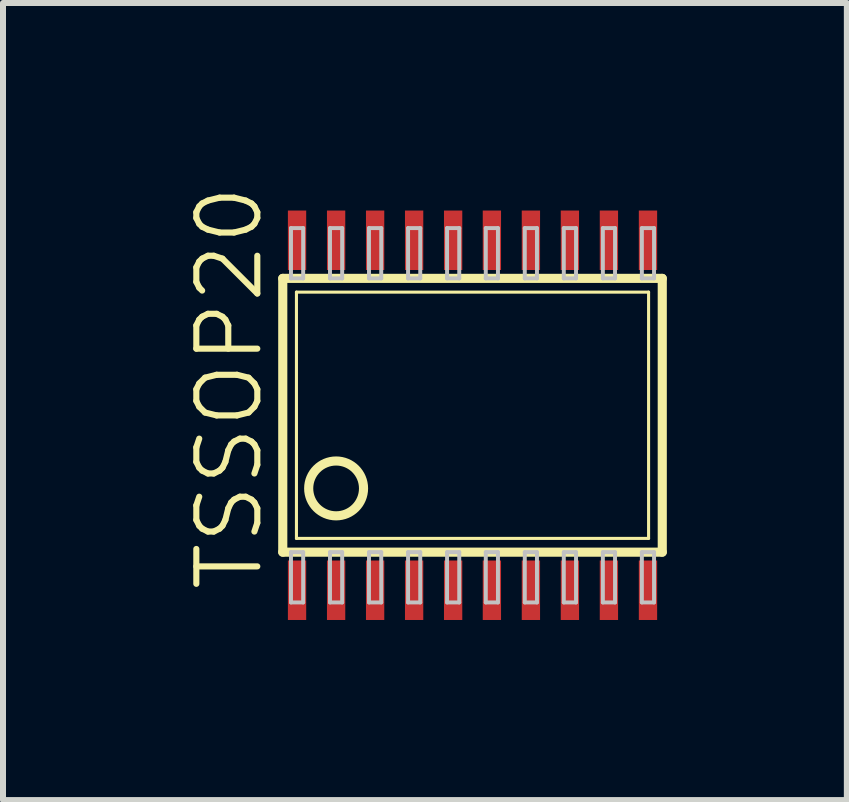
<source format=kicad_pcb>
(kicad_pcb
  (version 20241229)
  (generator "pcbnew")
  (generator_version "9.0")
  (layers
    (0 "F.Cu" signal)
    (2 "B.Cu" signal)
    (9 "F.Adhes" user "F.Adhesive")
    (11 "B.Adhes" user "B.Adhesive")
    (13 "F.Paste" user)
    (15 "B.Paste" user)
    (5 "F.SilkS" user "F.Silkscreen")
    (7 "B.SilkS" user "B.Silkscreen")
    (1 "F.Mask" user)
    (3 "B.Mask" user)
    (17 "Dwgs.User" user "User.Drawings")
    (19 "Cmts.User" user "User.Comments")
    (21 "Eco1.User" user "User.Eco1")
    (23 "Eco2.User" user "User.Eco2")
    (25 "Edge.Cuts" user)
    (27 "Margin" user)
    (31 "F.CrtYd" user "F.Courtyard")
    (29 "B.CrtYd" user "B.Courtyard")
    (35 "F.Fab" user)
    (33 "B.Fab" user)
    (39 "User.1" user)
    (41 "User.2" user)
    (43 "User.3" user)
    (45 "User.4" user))
  (footprint "TSSOP20"
    (layer "F.Cu")
    (at 4.824 3.87)
    (property "Reference" "TSSOP20" (at -4.051 -0.457 90) (layer "F.SilkS") (effects (font (size 1.016 1.016) (thickness 0.102))))
    (attr smd)
    (fp_line (start -3.162 2.281) (end -3.162 -2.281) (stroke (width 0.152) (type solid)) (layer "F.SilkS"))
    (fp_line (start -3.162 2.281) (end 3.162 2.281) (stroke (width 0.152) (type solid)) (layer "F.SilkS"))
    (fp_line (start -2.934 2.052) (end -2.934 -2.052) (stroke (width 0.051) (type solid)) (layer "F.SilkS"))
    (fp_line (start -2.934 2.052) (end 2.934 2.052) (stroke (width 0.051) (type solid)) (layer "F.SilkS"))
    (fp_line (start 2.934 -2.052) (end -2.934 -2.052) (stroke (width 0.051) (type solid)) (layer "F.SilkS"))
    (fp_line (start 2.934 -2.052) (end 2.934 2.052) (stroke (width 0.051) (type solid)) (layer "F.SilkS"))
    (fp_line (start 3.162 -2.281) (end -3.162 -2.281) (stroke (width 0.152) (type solid)) (layer "F.SilkS"))
    (fp_line (start 3.162 -2.281) (end 3.162 2.281) (stroke (width 0.152) (type solid)) (layer "F.SilkS"))
    (fp_circle (center -2.273 1.219) (end -2.273 0.762) (stroke (width 0.152) (type solid)) (fill no) (layer "F.SilkS"))
    (fp_line (start -3.025 -3.119) (end -2.822 -3.119) (stroke (width 0.066) (type solid)) (layer "Dwgs.User"))
    (fp_line (start -3.025 -2.281) (end -3.025 -3.119) (stroke (width 0.066) (type solid)) (layer "Dwgs.User"))
    (fp_line (start -3.025 -2.281) (end -2.822 -2.281) (stroke (width 0.066) (type solid)) (layer "Dwgs.User"))
    (fp_line (start -3.025 2.281) (end -2.822 2.281) (stroke (width 0.066) (type solid)) (layer "Dwgs.User"))
    (fp_line (start -3.025 3.119) (end -3.025 2.281) (stroke (width 0.066) (type solid)) (layer "Dwgs.User"))
    (fp_line (start -3.025 3.119) (end -2.822 3.119) (stroke (width 0.066) (type solid)) (layer "Dwgs.User"))
    (fp_line (start -2.822 -2.281) (end -2.822 -3.119) (stroke (width 0.066) (type solid)) (layer "Dwgs.User"))
    (fp_line (start -2.822 3.119) (end -2.822 2.281) (stroke (width 0.066) (type solid)) (layer "Dwgs.User"))
    (fp_line (start -2.375 -3.119) (end -2.172 -3.119) (stroke (width 0.066) (type solid)) (layer "Dwgs.User"))
    (fp_line (start -2.375 -2.281) (end -2.375 -3.119) (stroke (width 0.066) (type solid)) (layer "Dwgs.User"))
    (fp_line (start -2.375 -2.281) (end -2.172 -2.281) (stroke (width 0.066) (type solid)) (layer "Dwgs.User"))
    (fp_line (start -2.375 2.281) (end -2.172 2.281) (stroke (width 0.066) (type solid)) (layer "Dwgs.User"))
    (fp_line (start -2.375 3.119) (end -2.375 2.281) (stroke (width 0.066) (type solid)) (layer "Dwgs.User"))
    (fp_line (start -2.375 3.119) (end -2.172 3.119) (stroke (width 0.066) (type solid)) (layer "Dwgs.User"))
    (fp_line (start -2.172 -2.281) (end -2.172 -3.119) (stroke (width 0.066) (type solid)) (layer "Dwgs.User"))
    (fp_line (start -2.172 3.119) (end -2.172 2.281) (stroke (width 0.066) (type solid)) (layer "Dwgs.User"))
    (fp_line (start -1.725 -3.119) (end -1.521 -3.119) (stroke (width 0.066) (type solid)) (layer "Dwgs.User"))
    (fp_line (start -1.725 -2.281) (end -1.725 -3.119) (stroke (width 0.066) (type solid)) (layer "Dwgs.User"))
    (fp_line (start -1.725 -2.281) (end -1.521 -2.281) (stroke (width 0.066) (type solid)) (layer "Dwgs.User"))
    (fp_line (start -1.725 2.281) (end -1.521 2.281) (stroke (width 0.066) (type solid)) (layer "Dwgs.User"))
    (fp_line (start -1.725 3.119) (end -1.725 2.281) (stroke (width 0.066) (type solid)) (layer "Dwgs.User"))
    (fp_line (start -1.725 3.119) (end -1.521 3.119) (stroke (width 0.066) (type solid)) (layer "Dwgs.User"))
    (fp_line (start -1.521 -2.281) (end -1.521 -3.119) (stroke (width 0.066) (type solid)) (layer "Dwgs.User"))
    (fp_line (start -1.521 3.119) (end -1.521 2.281) (stroke (width 0.066) (type solid)) (layer "Dwgs.User"))
    (fp_line (start -1.074 -3.119) (end -0.871 -3.119) (stroke (width 0.066) (type solid)) (layer "Dwgs.User"))
    (fp_line (start -1.074 -2.281) (end -1.074 -3.119) (stroke (width 0.066) (type solid)) (layer "Dwgs.User"))
    (fp_line (start -1.074 -2.281) (end -0.871 -2.281) (stroke (width 0.066) (type solid)) (layer "Dwgs.User"))
    (fp_line (start -1.074 2.281) (end -0.871 2.281) (stroke (width 0.066) (type solid)) (layer "Dwgs.User"))
    (fp_line (start -1.074 3.119) (end -1.074 2.281) (stroke (width 0.066) (type solid)) (layer "Dwgs.User"))
    (fp_line (start -1.074 3.119) (end -0.871 3.119) (stroke (width 0.066) (type solid)) (layer "Dwgs.User"))
    (fp_line (start -0.871 -2.281) (end -0.871 -3.119) (stroke (width 0.066) (type solid)) (layer "Dwgs.User"))
    (fp_line (start -0.871 3.119) (end -0.871 2.281) (stroke (width 0.066) (type solid)) (layer "Dwgs.User"))
    (fp_line (start -0.424 -3.119) (end -0.221 -3.119) (stroke (width 0.066) (type solid)) (layer "Dwgs.User"))
    (fp_line (start -0.424 -2.281) (end -0.424 -3.119) (stroke (width 0.066) (type solid)) (layer "Dwgs.User"))
    (fp_line (start -0.424 -2.281) (end -0.221 -2.281) (stroke (width 0.066) (type solid)) (layer "Dwgs.User"))
    (fp_line (start -0.424 2.281) (end -0.221 2.281) (stroke (width 0.066) (type solid)) (layer "Dwgs.User"))
    (fp_line (start -0.424 3.119) (end -0.424 2.281) (stroke (width 0.066) (type solid)) (layer "Dwgs.User"))
    (fp_line (start -0.424 3.119) (end -0.221 3.119) (stroke (width 0.066) (type solid)) (layer "Dwgs.User"))
    (fp_line (start -0.221 -2.281) (end -0.221 -3.119) (stroke (width 0.066) (type solid)) (layer "Dwgs.User"))
    (fp_line (start -0.221 3.119) (end -0.221 2.281) (stroke (width 0.066) (type solid)) (layer "Dwgs.User"))
    (fp_line (start 0.221 -3.119) (end 0.424 -3.119) (stroke (width 0.066) (type solid)) (layer "Dwgs.User"))
    (fp_line (start 0.221 -2.281) (end 0.221 -3.119) (stroke (width 0.066) (type solid)) (layer "Dwgs.User"))
    (fp_line (start 0.221 -2.281) (end 0.424 -2.281) (stroke (width 0.066) (type solid)) (layer "Dwgs.User"))
    (fp_line (start 0.221 2.281) (end 0.424 2.281) (stroke (width 0.066) (type solid)) (layer "Dwgs.User"))
    (fp_line (start 0.221 3.119) (end 0.221 2.281) (stroke (width 0.066) (type solid)) (layer "Dwgs.User"))
    (fp_line (start 0.221 3.119) (end 0.424 3.119) (stroke (width 0.066) (type solid)) (layer "Dwgs.User"))
    (fp_line (start 0.424 -2.281) (end 0.424 -3.119) (stroke (width 0.066) (type solid)) (layer "Dwgs.User"))
    (fp_line (start 0.424 3.119) (end 0.424 2.281) (stroke (width 0.066) (type solid)) (layer "Dwgs.User"))
    (fp_line (start 0.871 -3.119) (end 1.074 -3.119) (stroke (width 0.066) (type solid)) (layer "Dwgs.User"))
    (fp_line (start 0.871 -2.281) (end 0.871 -3.119) (stroke (width 0.066) (type solid)) (layer "Dwgs.User"))
    (fp_line (start 0.871 -2.281) (end 1.074 -2.281) (stroke (width 0.066) (type solid)) (layer "Dwgs.User"))
    (fp_line (start 0.871 2.281) (end 1.074 2.281) (stroke (width 0.066) (type solid)) (layer "Dwgs.User"))
    (fp_line (start 0.871 3.119) (end 0.871 2.281) (stroke (width 0.066) (type solid)) (layer "Dwgs.User"))
    (fp_line (start 0.871 3.119) (end 1.074 3.119) (stroke (width 0.066) (type solid)) (layer "Dwgs.User"))
    (fp_line (start 1.074 -2.281) (end 1.074 -3.119) (stroke (width 0.066) (type solid)) (layer "Dwgs.User"))
    (fp_line (start 1.074 3.119) (end 1.074 2.281) (stroke (width 0.066) (type solid)) (layer "Dwgs.User"))
    (fp_line (start 1.521 -3.119) (end 1.725 -3.119) (stroke (width 0.066) (type solid)) (layer "Dwgs.User"))
    (fp_line (start 1.521 -2.281) (end 1.521 -3.119) (stroke (width 0.066) (type solid)) (layer "Dwgs.User"))
    (fp_line (start 1.521 -2.281) (end 1.725 -2.281) (stroke (width 0.066) (type solid)) (layer "Dwgs.User"))
    (fp_line (start 1.521 2.281) (end 1.725 2.281) (stroke (width 0.066) (type solid)) (layer "Dwgs.User"))
    (fp_line (start 1.521 3.119) (end 1.521 2.281) (stroke (width 0.066) (type solid)) (layer "Dwgs.User"))
    (fp_line (start 1.521 3.119) (end 1.725 3.119) (stroke (width 0.066) (type solid)) (layer "Dwgs.User"))
    (fp_line (start 1.725 -2.281) (end 1.725 -3.119) (stroke (width 0.066) (type solid)) (layer "Dwgs.User"))
    (fp_line (start 1.725 3.119) (end 1.725 2.281) (stroke (width 0.066) (type solid)) (layer "Dwgs.User"))
    (fp_line (start 2.172 -3.119) (end 2.375 -3.119) (stroke (width 0.066) (type solid)) (layer "Dwgs.User"))
    (fp_line (start 2.172 -2.281) (end 2.172 -3.119) (stroke (width 0.066) (type solid)) (layer "Dwgs.User"))
    (fp_line (start 2.172 -2.281) (end 2.375 -2.281) (stroke (width 0.066) (type solid)) (layer "Dwgs.User"))
    (fp_line (start 2.172 2.281) (end 2.375 2.281) (stroke (width 0.066) (type solid)) (layer "Dwgs.User"))
    (fp_line (start 2.172 3.119) (end 2.172 2.281) (stroke (width 0.066) (type solid)) (layer "Dwgs.User"))
    (fp_line (start 2.172 3.119) (end 2.375 3.119) (stroke (width 0.066) (type solid)) (layer "Dwgs.User"))
    (fp_line (start 2.375 -2.281) (end 2.375 -3.119) (stroke (width 0.066) (type solid)) (layer "Dwgs.User"))
    (fp_line (start 2.375 3.119) (end 2.375 2.281) (stroke (width 0.066) (type solid)) (layer "Dwgs.User"))
    (fp_line (start 2.822 -3.119) (end 3.025 -3.119) (stroke (width 0.066) (type solid)) (layer "Dwgs.User"))
    (fp_line (start 2.822 -2.281) (end 2.822 -3.119) (stroke (width 0.066) (type solid)) (layer "Dwgs.User"))
    (fp_line (start 2.822 -2.281) (end 3.025 -2.281) (stroke (width 0.066) (type solid)) (layer "Dwgs.User"))
    (fp_line (start 2.822 2.281) (end 3.025 2.281) (stroke (width 0.066) (type solid)) (layer "Dwgs.User"))
    (fp_line (start 2.822 3.119) (end 2.822 2.281) (stroke (width 0.066) (type solid)) (layer "Dwgs.User"))
    (fp_line (start 2.822 3.119) (end 3.025 3.119) (stroke (width 0.066) (type solid)) (layer "Dwgs.User"))
    (fp_line (start 3.025 -2.281) (end 3.025 -3.119) (stroke (width 0.066) (type solid)) (layer "Dwgs.User"))
    (fp_line (start 3.025 3.119) (end 3.025 2.281) (stroke (width 0.066) (type solid)) (layer "Dwgs.User"))
    (pad "1" smd rect (at -2.924 2.916) (size 0.305 0.991) (layers "F.Cu" "F.Mask" "F.Paste"))
    (pad "2" smd rect (at -2.273 2.916) (size 0.305 0.991) (layers "F.Cu" "F.Mask" "F.Paste"))
    (pad "3" smd rect (at -1.623 2.916) (size 0.305 0.991) (layers "F.Cu" "F.Mask" "F.Paste"))
    (pad "4" smd rect (at -0.973 2.916) (size 0.305 0.991) (layers "F.Cu" "F.Mask" "F.Paste"))
    (pad "5" smd rect (at -0.323 2.916) (size 0.305 0.991) (layers "F.Cu" "F.Mask" "F.Paste"))
    (pad "6" smd rect (at 0.323 2.916) (size 0.305 0.991) (layers "F.Cu" "F.Mask" "F.Paste"))
    (pad "7" smd rect (at 0.973 2.916) (size 0.305 0.991) (layers "F.Cu" "F.Mask" "F.Paste"))
    (pad "8" smd rect (at 1.623 2.916) (size 0.305 0.991) (layers "F.Cu" "F.Mask" "F.Paste"))
    (pad "9" smd rect (at 2.273 2.916) (size 0.305 0.991) (layers "F.Cu" "F.Mask" "F.Paste"))
    (pad "10" smd rect (at 2.924 2.916) (size 0.305 0.991) (layers "F.Cu" "F.Mask" "F.Paste"))
    (pad "11" smd rect (at 2.924 -2.916) (size 0.305 0.991) (layers "F.Cu" "F.Mask" "F.Paste"))
    (pad "12" smd rect (at 2.273 -2.916) (size 0.305 0.991) (layers "F.Cu" "F.Mask" "F.Paste"))
    (pad "13" smd rect (at 1.623 -2.916) (size 0.305 0.991) (layers "F.Cu" "F.Mask" "F.Paste"))
    (pad "14" smd rect (at 0.973 -2.916) (size 0.305 0.991) (layers "F.Cu" "F.Mask" "F.Paste"))
    (pad "15" smd rect (at 0.323 -2.916) (size 0.305 0.991) (layers "F.Cu" "F.Mask" "F.Paste"))
    (pad "16" smd rect (at -0.323 -2.916) (size 0.305 0.991) (layers "F.Cu" "F.Mask" "F.Paste"))
    (pad "17" smd rect (at -0.973 -2.916) (size 0.305 0.991) (layers "F.Cu" "F.Mask" "F.Paste"))
    (pad "18" smd rect (at -1.623 -2.916) (size 0.305 0.991) (layers "F.Cu" "F.Mask" "F.Paste"))
    (pad "19" smd rect (at -2.273 -2.916) (size 0.305 0.991) (layers "F.Cu" "F.Mask" "F.Paste"))
    (pad "20" smd rect (at -2.924 -2.916) (size 0.305 0.991) (layers "F.Cu" "F.Mask" "F.Paste")))
  (gr_rect
    (start -3 -3)
    (end 11.062 10.282)
    (stroke (width 0.1) (type default))
    (fill no)
    (layer "Edge.Cuts")))
</source>
